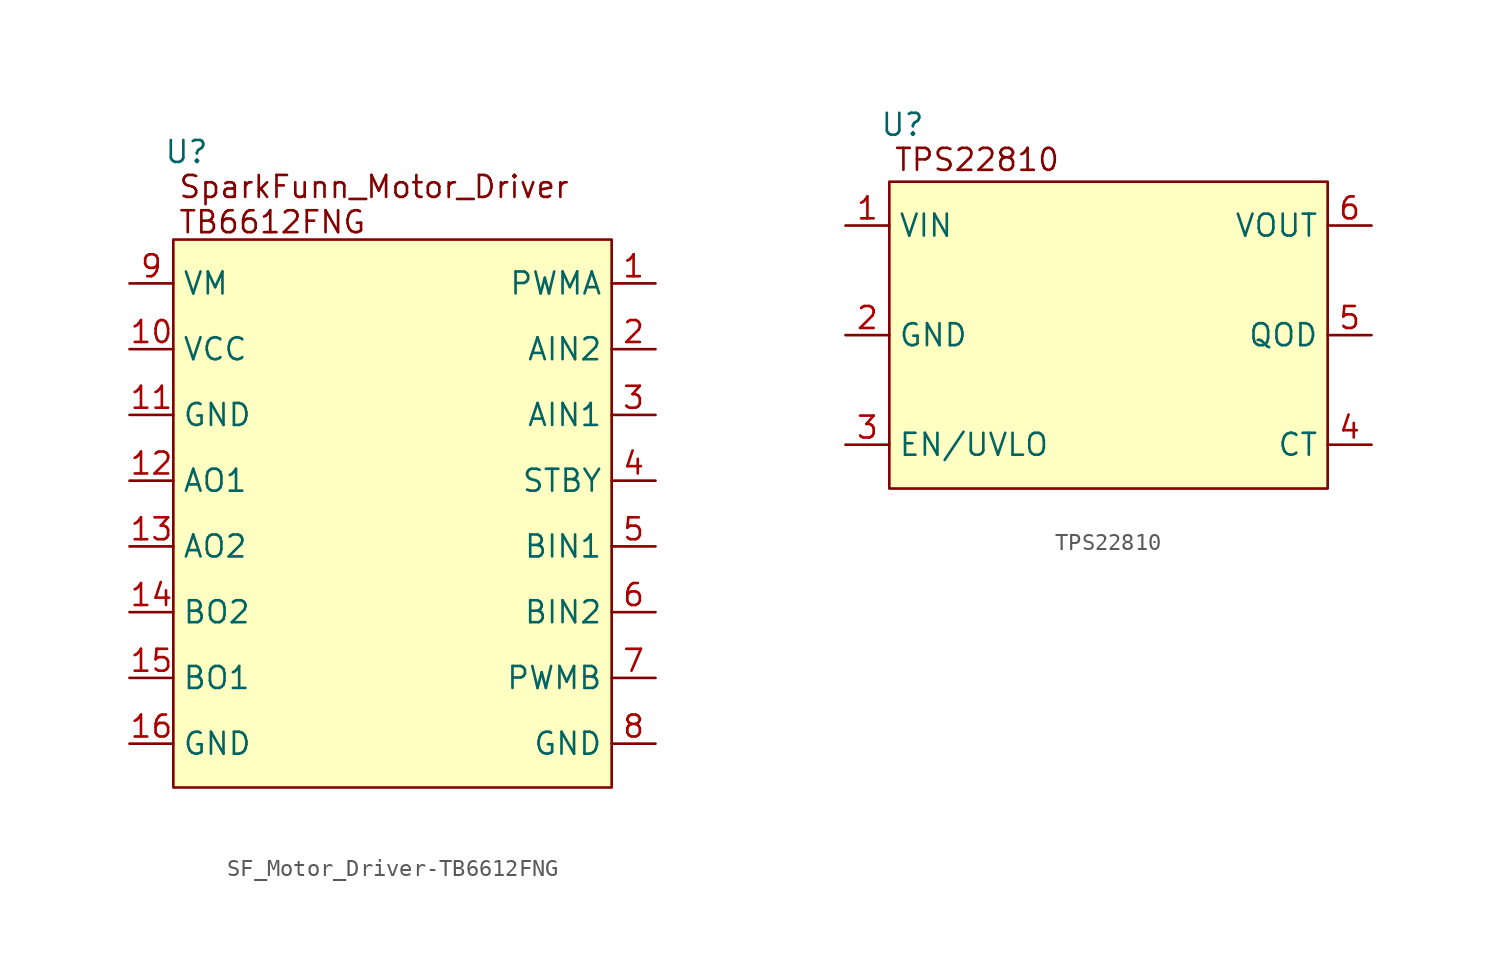
<source format=kicad_sym>
(kicad_symbol_lib
  (version 20241209)
  (generator "kicad_symbol_editor")
  (generator_version "9.0")
  (symbol "SF_Motor_Driver-TB6612FNG"
    (property "Reference" "U"
      (at -11.938 5.08 0)
      (effects (font (size 1.27 1.27))))
    (property "Value" ""
      (at 0 0 0)
      (effects (font (size 1.27 1.27))))
    (symbol "SF_Motor_Driver-TB6612FNG_1_1"
      (rectangle (start -12.7 0) (end 12.7 -31.75) (stroke (width 0) (type solid)) (fill (type background)))
      (text "SparkFunn_Motor_Driver\nTB6612FNG" (at -12.446 2.032 0) (effects (font (size 1.27 1.27)) (justify left)))
      (pin power_in line (at -15.24 -2.54 0) (length 2.54) (name "VM" (effects (font (size 1.27 1.27)))) (number "9" (effects (font (size 1.27 1.27)))))
      (pin power_in line (at -15.24 -6.35 0) (length 2.54) (name "VCC" (effects (font (size 1.27 1.27)))) (number "10" (effects (font (size 1.27 1.27)))))
      (pin power_in line (at -15.24 -10.16 0) (length 2.54) (name "GND" (effects (font (size 1.27 1.27)))) (number "11" (effects (font (size 1.27 1.27)))))
      (pin output line (at -15.24 -13.97 0) (length 2.54) (name "AO1" (effects (font (size 1.27 1.27)))) (number "12" (effects (font (size 1.27 1.27)))))
      (pin output line (at -15.24 -17.78 0) (length 2.54) (name "AO2" (effects (font (size 1.27 1.27)))) (number "13" (effects (font (size 1.27 1.27)))))
      (pin output line (at -15.24 -21.59 0) (length 2.54) (name "BO2" (effects (font (size 1.27 1.27)))) (number "14" (effects (font (size 1.27 1.27)))))
      (pin output line (at -15.24 -25.4 0) (length 2.54) (name "BO1" (effects (font (size 1.27 1.27)))) (number "15" (effects (font (size 1.27 1.27)))))
      (pin power_in line (at -15.24 -29.21 0) (length 2.54) (name "GND" (effects (font (size 1.27 1.27)))) (number "16" (effects (font (size 1.27 1.27)))))
      (pin power_in line (at 15.24 -2.54 180) (length 2.54) (name "PWMA" (effects (font (size 1.27 1.27)))) (number "1" (effects (font (size 1.27 1.27)))))
      (pin input line (at 15.24 -6.35 180) (length 2.54) (name "AIN2" (effects (font (size 1.27 1.27)))) (number "2" (effects (font (size 1.27 1.27)))))
      (pin input line (at 15.24 -10.16 180) (length 2.54) (name "AIN1" (effects (font (size 1.27 1.27)))) (number "3" (effects (font (size 1.27 1.27)))))
      (pin input line (at 15.24 -13.97 180) (length 2.54) (name "STBY" (effects (font (size 1.27 1.27)))) (number "4" (effects (font (size 1.27 1.27)))))
      (pin input line (at 15.24 -17.78 180) (length 2.54) (name "BIN1" (effects (font (size 1.27 1.27)))) (number "5" (effects (font (size 1.27 1.27)))))
      (pin input line (at 15.24 -21.59 180) (length 2.54) (name "BIN2" (effects (font (size 1.27 1.27)))) (number "6" (effects (font (size 1.27 1.27)))))
      (pin input line (at 15.24 -25.4 180) (length 2.54) (name "PWMB" (effects (font (size 1.27 1.27)))) (number "7" (effects (font (size 1.27 1.27)))))
      (pin input line (at 15.24 -29.21 180) (length 2.54) (name "GND" (effects (font (size 1.27 1.27)))) (number "8" (effects (font (size 1.27 1.27)))))))
  (symbol "TPS22810"
    (property "Reference" "U"
      (at 0.762 3.302 0)
      (effects (font (size 1.27 1.27))))
    (property "Value" ""
      (at 0 1.27 0)
      (effects (font (size 1.27 1.27))))
    (symbol "TPS22810_1_1"
      (rectangle (start 0 0) (end 25.4 -17.78) (stroke (width 0) (type default)) (fill (type background)))
      (text "TPS22810" (at 5.08 1.27 0) (effects (font (size 1.27 1.27))))
      (pin power_in line (at -2.54 -2.54 0) (length 2.54) (name "VIN" (effects (font (size 1.27 1.27)))) (number "1" (effects (font (size 1.27 1.27)))))
      (pin power_in line (at -2.54 -8.89 0) (length 2.54) (name "GND" (effects (font (size 1.27 1.27)))) (number "2" (effects (font (size 1.27 1.27)))))
      (pin input line (at -2.54 -15.24 0) (length 2.54) (name "EN/UVLO" (effects (font (size 1.27 1.27)))) (number "3" (effects (font (size 1.27 1.27)))))
      (pin power_out line (at 27.94 -2.54 180) (length 2.54) (name "VOUT" (effects (font (size 1.27 1.27)))) (number "6" (effects (font (size 1.27 1.27)))))
      (pin passive line (at 27.94 -8.89 180) (length 2.54) (name "QOD" (effects (font (size 1.27 1.27)))) (number "5" (effects (font (size 1.27 1.27)))))
      (pin passive line (at 27.94 -15.24 180) (length 2.54) (name "CT" (effects (font (size 1.27 1.27)))) (number "4" (effects (font (size 1.27 1.27))))))))
</source>
